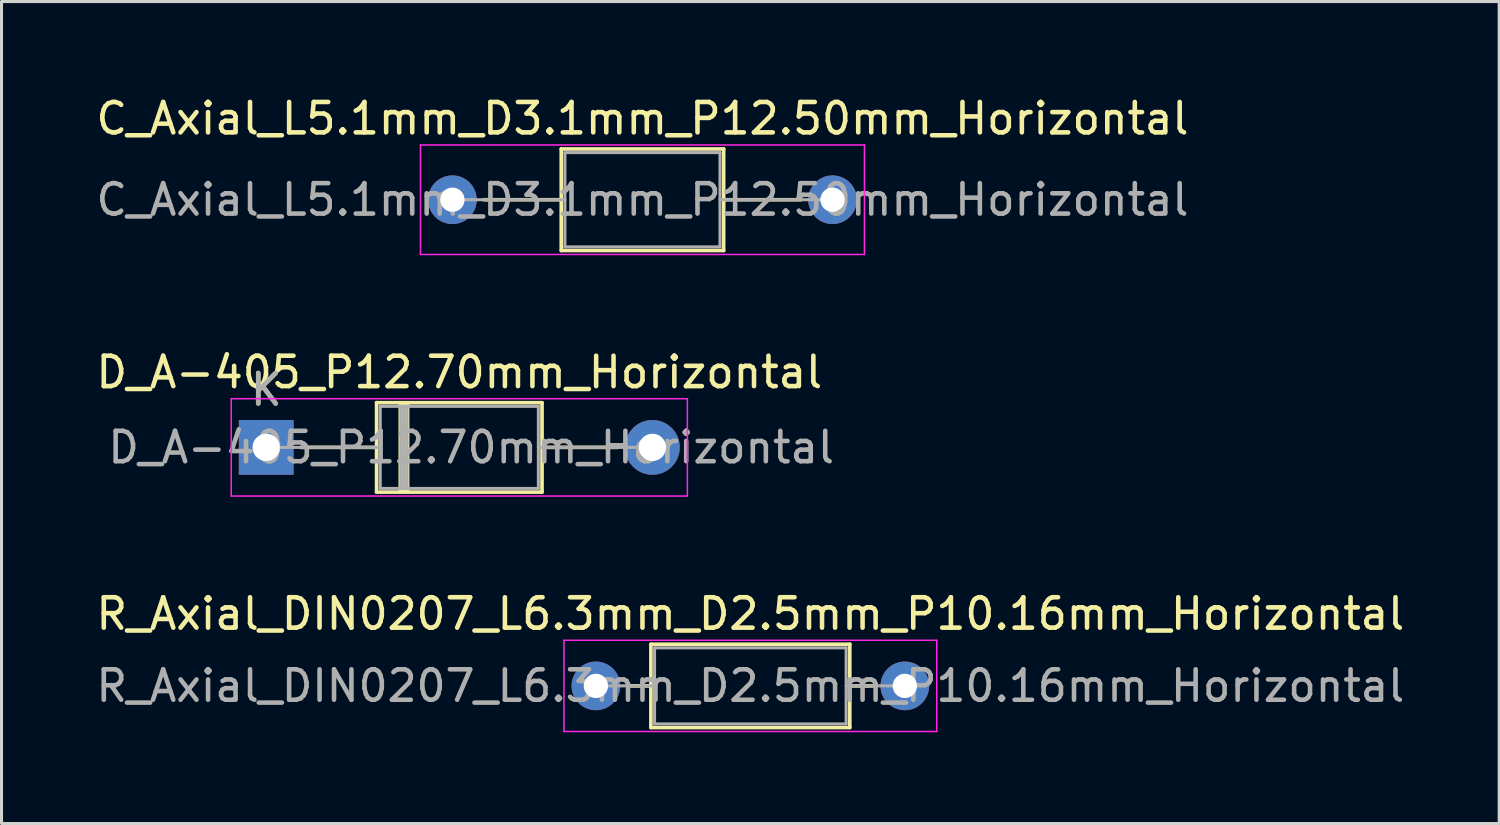
<source format=kicad_pcb>
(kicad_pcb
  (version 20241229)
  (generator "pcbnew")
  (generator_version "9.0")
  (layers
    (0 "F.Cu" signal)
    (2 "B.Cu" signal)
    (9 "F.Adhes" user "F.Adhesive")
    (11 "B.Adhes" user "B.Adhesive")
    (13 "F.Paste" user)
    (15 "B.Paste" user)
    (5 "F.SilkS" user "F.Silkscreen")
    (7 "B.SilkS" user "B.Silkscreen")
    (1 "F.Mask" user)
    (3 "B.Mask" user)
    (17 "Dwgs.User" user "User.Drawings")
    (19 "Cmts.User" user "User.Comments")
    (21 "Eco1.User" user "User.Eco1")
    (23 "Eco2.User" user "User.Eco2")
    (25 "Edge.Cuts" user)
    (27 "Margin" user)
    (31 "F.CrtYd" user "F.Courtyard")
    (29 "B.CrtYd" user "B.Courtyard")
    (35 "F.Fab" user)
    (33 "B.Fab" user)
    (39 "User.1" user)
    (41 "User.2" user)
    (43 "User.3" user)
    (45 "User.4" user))
  (footprint "C_Axial_L5.1mm_D3.1mm_P12.50mm_Horizontal"
    (layer "F.Cu")
    (at 11.827 3.518)
    (property "Reference" "C_Axial_L5.1mm_D3.1mm_P12.50mm_Horizontal" (at 6.25 -2.67 0) (layer "F.SilkS") (effects (font (size 1 1) (thickness 0.15))))
    (attr through_hole)
    (fp_line (start 1.04 0) (end 3.58 0) (stroke (width 0.12) (type solid)) (layer "F.SilkS"))
    (fp_line (start 3.58 -1.67) (end 3.58 1.67) (stroke (width 0.12) (type solid)) (layer "F.SilkS"))
    (fp_line (start 3.58 1.67) (end 8.92 1.67) (stroke (width 0.12) (type solid)) (layer "F.SilkS"))
    (fp_line (start 8.92 -1.67) (end 3.58 -1.67) (stroke (width 0.12) (type solid)) (layer "F.SilkS"))
    (fp_line (start 8.92 1.67) (end 8.92 -1.67) (stroke (width 0.12) (type solid)) (layer "F.SilkS"))
    (fp_line (start 11.46 0) (end 8.92 0) (stroke (width 0.12) (type solid)) (layer "F.SilkS"))
    (fp_line (start -1.05 -1.8) (end -1.05 1.8) (stroke (width 0.05) (type solid)) (layer "F.CrtYd"))
    (fp_line (start -1.05 1.8) (end 13.55 1.8) (stroke (width 0.05) (type solid)) (layer "F.CrtYd"))
    (fp_line (start 13.55 -1.8) (end -1.05 -1.8) (stroke (width 0.05) (type solid)) (layer "F.CrtYd"))
    (fp_line (start 13.55 1.8) (end 13.55 -1.8) (stroke (width 0.05) (type solid)) (layer "F.CrtYd"))
    (fp_line (start 0 0) (end 3.7 0) (stroke (width 0.1) (type solid)) (layer "F.Fab"))
    (fp_line (start 3.7 -1.55) (end 3.7 1.55) (stroke (width 0.1) (type solid)) (layer "F.Fab"))
    (fp_line (start 3.7 1.55) (end 8.8 1.55) (stroke (width 0.1) (type solid)) (layer "F.Fab"))
    (fp_line (start 8.8 -1.55) (end 3.7 -1.55) (stroke (width 0.1) (type solid)) (layer "F.Fab"))
    (fp_line (start 8.8 1.55) (end 8.8 -1.55) (stroke (width 0.1) (type solid)) (layer "F.Fab"))
    (fp_line (start 12.5 0) (end 8.8 0) (stroke (width 0.1) (type solid)) (layer "F.Fab"))
    (fp_text user "${REFERENCE}" (at 6.25 0 0) (layer "F.Fab") (effects (font (size 1 1) (thickness 0.15))))
    (pad "1" thru_hole circle (at 0 0) (size 1.6 1.6) (drill 0.8) (layers "*.Cu" "*.Mask"))
    (pad "2" thru_hole oval (at 12.5 0) (size 1.6 1.6) (drill 0.8) (layers "*.Cu" "*.Mask")))
  (footprint "D_A-405_P12.70mm_Horizontal"
    (layer "F.Cu")
    (at 5.704 11.662)
    (property "Reference" "D_A-405_P12.70mm_Horizontal" (at 6.35 -2.47 180) (layer "F.SilkS") (effects (font (size 1 1) (thickness 0.15))))
    (attr through_hole)
    (fp_line (start 1.14 0) (end 3.63 0) (stroke (width 0.12) (type solid)) (layer "F.SilkS"))
    (fp_line (start 3.63 -1.47) (end 3.63 1.47) (stroke (width 0.12) (type solid)) (layer "F.SilkS"))
    (fp_line (start 3.63 1.47) (end 9.07 1.47) (stroke (width 0.12) (type solid)) (layer "F.SilkS"))
    (fp_line (start 4.41 -1.47) (end 4.41 1.47) (stroke (width 0.12) (type solid)) (layer "F.SilkS"))
    (fp_line (start 4.53 -1.47) (end 4.53 1.47) (stroke (width 0.12) (type solid)) (layer "F.SilkS"))
    (fp_line (start 4.65 -1.47) (end 4.65 1.47) (stroke (width 0.12) (type solid)) (layer "F.SilkS"))
    (fp_line (start 9.07 -1.47) (end 3.63 -1.47) (stroke (width 0.12) (type solid)) (layer "F.SilkS"))
    (fp_line (start 9.07 1.47) (end 9.07 -1.47) (stroke (width 0.12) (type solid)) (layer "F.SilkS"))
    (fp_line (start 11.56 0) (end 9.07 0) (stroke (width 0.12) (type solid)) (layer "F.SilkS"))
    (fp_line (start -1.15 -1.6) (end -1.15 1.6) (stroke (width 0.05) (type solid)) (layer "F.CrtYd"))
    (fp_line (start -1.15 1.6) (end 13.85 1.6) (stroke (width 0.05) (type solid)) (layer "F.CrtYd"))
    (fp_line (start 13.85 -1.6) (end -1.15 -1.6) (stroke (width 0.05) (type solid)) (layer "F.CrtYd"))
    (fp_line (start 13.85 1.6) (end 13.85 -1.6) (stroke (width 0.05) (type solid)) (layer "F.CrtYd"))
    (fp_line (start 0 0) (end 3.75 0) (stroke (width 0.1) (type solid)) (layer "F.Fab"))
    (fp_line (start 3.75 -1.35) (end 3.75 1.35) (stroke (width 0.1) (type solid)) (layer "F.Fab"))
    (fp_line (start 3.75 1.35) (end 8.95 1.35) (stroke (width 0.1) (type solid)) (layer "F.Fab"))
    (fp_line (start 4.43 -1.35) (end 4.43 1.35) (stroke (width 0.1) (type solid)) (layer "F.Fab"))
    (fp_line (start 4.53 -1.35) (end 4.53 1.35) (stroke (width 0.1) (type solid)) (layer "F.Fab"))
    (fp_line (start 4.63 -1.35) (end 4.63 1.35) (stroke (width 0.1) (type solid)) (layer "F.Fab"))
    (fp_line (start 8.95 -1.35) (end 3.75 -1.35) (stroke (width 0.1) (type solid)) (layer "F.Fab"))
    (fp_line (start 8.95 1.35) (end 8.95 -1.35) (stroke (width 0.1) (type solid)) (layer "F.Fab"))
    (fp_line (start 12.7 0) (end 8.95 0) (stroke (width 0.1) (type solid)) (layer "F.Fab"))
    (fp_text user "K" (at 0 -1.9 180) (layer "F.SilkS") (effects (font (size 1 1) (thickness 0.15))))
    (fp_text user "${REFERENCE}" (at 6.74 0 180) (layer "F.Fab") (effects (font (size 1 1) (thickness 0.15))))
    (fp_text user "K" (at 0 -1.9 180) (layer "F.Fab") (effects (font (size 1 1) (thickness 0.15))))
    (pad "1" thru_hole rect (at 0 0) (size 1.8 1.8) (drill 0.9) (layers "*.Cu" "*.Mask"))
    (pad "2" thru_hole oval (at 12.7 0) (size 1.8 1.8) (drill 0.9) (layers "*.Cu" "*.Mask")))
  (footprint "R_Axial_DIN0207_L6.3mm_D2.5mm_P10.16mm_Horizontal"
    (layer "F.Cu")
    (at 16.545 19.505)
    (property "Reference" "R_Axial_DIN0207_L6.3mm_D2.5mm_P10.16mm_Horizontal" (at 5.08 -2.37 0) (layer "F.SilkS") (effects (font (size 1 1) (thickness 0.15))))
    (attr through_hole)
    (fp_line (start 1.04 0) (end 1.81 0) (stroke (width 0.12) (type solid)) (layer "F.SilkS"))
    (fp_line (start 1.81 -1.37) (end 1.81 1.37) (stroke (width 0.12) (type solid)) (layer "F.SilkS"))
    (fp_line (start 1.81 1.37) (end 8.35 1.37) (stroke (width 0.12) (type solid)) (layer "F.SilkS"))
    (fp_line (start 8.35 -1.37) (end 1.81 -1.37) (stroke (width 0.12) (type solid)) (layer "F.SilkS"))
    (fp_line (start 8.35 1.37) (end 8.35 -1.37) (stroke (width 0.12) (type solid)) (layer "F.SilkS"))
    (fp_line (start 9.12 0) (end 8.35 0) (stroke (width 0.12) (type solid)) (layer "F.SilkS"))
    (fp_line (start -1.05 -1.5) (end -1.05 1.5) (stroke (width 0.05) (type solid)) (layer "F.CrtYd"))
    (fp_line (start -1.05 1.5) (end 11.21 1.5) (stroke (width 0.05) (type solid)) (layer "F.CrtYd"))
    (fp_line (start 11.21 -1.5) (end -1.05 -1.5) (stroke (width 0.05) (type solid)) (layer "F.CrtYd"))
    (fp_line (start 11.21 1.5) (end 11.21 -1.5) (stroke (width 0.05) (type solid)) (layer "F.CrtYd"))
    (fp_line (start 0 0) (end 1.93 0) (stroke (width 0.1) (type solid)) (layer "F.Fab"))
    (fp_line (start 1.93 -1.25) (end 1.93 1.25) (stroke (width 0.1) (type solid)) (layer "F.Fab"))
    (fp_line (start 1.93 1.25) (end 8.23 1.25) (stroke (width 0.1) (type solid)) (layer "F.Fab"))
    (fp_line (start 8.23 -1.25) (end 1.93 -1.25) (stroke (width 0.1) (type solid)) (layer "F.Fab"))
    (fp_line (start 8.23 1.25) (end 8.23 -1.25) (stroke (width 0.1) (type solid)) (layer "F.Fab"))
    (fp_line (start 10.16 0) (end 8.23 0) (stroke (width 0.1) (type solid)) (layer "F.Fab"))
    (fp_text user "${REFERENCE}" (at 5.08 0 0) (layer "F.Fab") (effects (font (size 1 1) (thickness 0.15))))
    (pad "1" thru_hole circle (at 0 0) (size 1.6 1.6) (drill 0.8) (layers "*.Cu" "*.Mask"))
    (pad "2" thru_hole oval (at 10.16 0) (size 1.6 1.6) (drill 0.8) (layers "*.Cu" "*.Mask")))
  (gr_rect
    (start -3 -3)
    (end 46.25 24.03)
    (stroke (width 0.1) (type default))
    (fill no)
    (layer "Edge.Cuts")))
</source>
